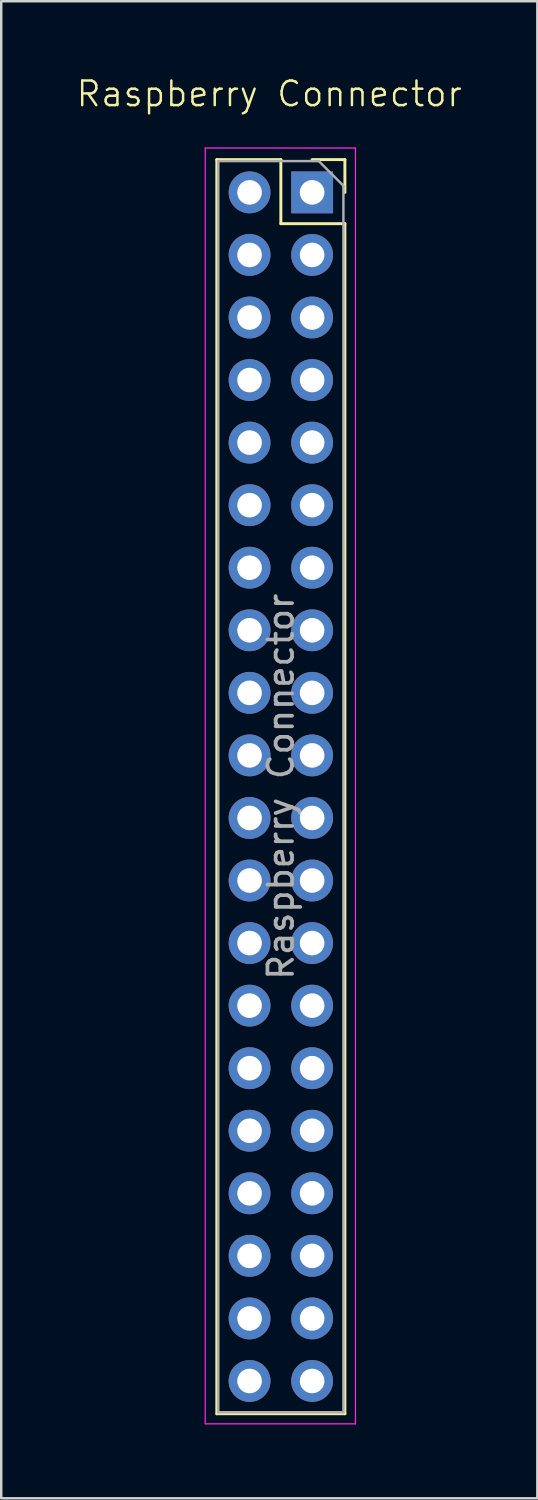
<source format=kicad_pcb>
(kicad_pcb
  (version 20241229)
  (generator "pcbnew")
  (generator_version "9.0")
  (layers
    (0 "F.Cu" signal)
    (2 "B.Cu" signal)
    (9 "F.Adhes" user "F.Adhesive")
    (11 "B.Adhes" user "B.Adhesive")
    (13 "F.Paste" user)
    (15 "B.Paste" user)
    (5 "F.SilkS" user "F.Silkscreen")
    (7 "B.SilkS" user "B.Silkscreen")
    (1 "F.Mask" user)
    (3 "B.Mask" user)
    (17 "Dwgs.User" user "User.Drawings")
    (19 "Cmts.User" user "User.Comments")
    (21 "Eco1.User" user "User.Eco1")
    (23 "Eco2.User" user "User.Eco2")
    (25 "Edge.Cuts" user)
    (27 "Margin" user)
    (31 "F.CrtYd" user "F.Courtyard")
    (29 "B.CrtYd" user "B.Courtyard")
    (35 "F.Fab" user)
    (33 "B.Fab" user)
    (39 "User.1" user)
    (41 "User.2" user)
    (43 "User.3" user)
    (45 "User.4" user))
  (footprint "Raspberry Connector"
    (layer "F.Cu")
    (at 8.383 29.261)
    (property "Reference" "Raspberry Connector" (at -0.5 -28.5 0) (unlocked yes) (layer "F.SilkS") (effects (font (size 1 1) (thickness 0.1))))
    (attr through_hole)
    (fp_line (start -2.63 -25.83) (end -2.63 25.09) (stroke (width 0.12) (type solid)) (layer "F.SilkS"))
    (fp_line (start -2.63 -25.83) (end -0.03 -25.83) (stroke (width 0.12) (type solid)) (layer "F.SilkS"))
    (fp_line (start -2.63 25.09) (end 2.57 25.09) (stroke (width 0.12) (type solid)) (layer "F.SilkS"))
    (fp_line (start -0.03 -25.83) (end -0.03 -23.23) (stroke (width 0.12) (type solid)) (layer "F.SilkS"))
    (fp_line (start -0.03 -23.23) (end 2.57 -23.23) (stroke (width 0.12) (type solid)) (layer "F.SilkS"))
    (fp_line (start 1.24 -25.83) (end 2.57 -25.83) (stroke (width 0.12) (type solid)) (layer "F.SilkS"))
    (fp_line (start 2.57 -25.83) (end 2.57 -24.5) (stroke (width 0.12) (type solid)) (layer "F.SilkS"))
    (fp_line (start 2.57 -23.23) (end 2.57 25.09) (stroke (width 0.12) (type solid)) (layer "F.SilkS"))
    (fp_line (start -3.1 -26.3) (end 3 -26.3) (stroke (width 0.05) (type solid)) (layer "F.CrtYd"))
    (fp_line (start -3.1 25.5) (end -3.1 -26.3) (stroke (width 0.05) (type solid)) (layer "F.CrtYd"))
    (fp_line (start 3 -26.3) (end 3 25.5) (stroke (width 0.05) (type solid)) (layer "F.CrtYd"))
    (fp_line (start 3 25.5) (end -3.1 25.5) (stroke (width 0.05) (type solid)) (layer "F.CrtYd"))
    (fp_line (start -2.57 -25.77) (end 1.51 -25.77) (stroke (width 0.1) (type solid)) (layer "F.Fab"))
    (fp_line (start -2.57 25.03) (end -2.57 -25.77) (stroke (width 0.1) (type solid)) (layer "F.Fab"))
    (fp_line (start 1.51 -25.77) (end 2.51 -24.77) (stroke (width 0.1) (type solid)) (layer "F.Fab"))
    (fp_line (start 2.51 -24.77) (end 2.51 25.03) (stroke (width 0.1) (type solid)) (layer "F.Fab"))
    (fp_line (start 2.51 25.03) (end -2.57 25.03) (stroke (width 0.1) (type solid)) (layer "F.Fab"))
    (fp_text user "${REFERENCE}" (at -0.03 -0.37 90) (layer "F.Fab") (effects (font (size 1 1) (thickness 0.15))))
    (pad "1" thru_hole rect (at 1.24 -24.5) (size 1.7 1.7) (drill 1) (layers "*.Cu" "*.Mask"))
    (pad "2" thru_hole oval (at -1.3 -24.5) (size 1.7 1.7) (drill 1) (layers "*.Cu" "*.Mask"))
    (pad "3" thru_hole oval (at 1.24 -21.96) (size 1.7 1.7) (drill 1) (layers "*.Cu" "*.Mask"))
    (pad "4" thru_hole oval (at -1.3 -21.96) (size 1.7 1.7) (drill 1) (layers "*.Cu" "*.Mask"))
    (pad "5" thru_hole oval (at 1.24 -19.42) (size 1.7 1.7) (drill 1) (layers "*.Cu" "*.Mask"))
    (pad "6" thru_hole oval (at -1.3 -19.42) (size 1.7 1.7) (drill 1) (layers "*.Cu" "*.Mask"))
    (pad "7" thru_hole oval (at 1.24 -16.88) (size 1.7 1.7) (drill 1) (layers "*.Cu" "*.Mask"))
    (pad "8" thru_hole oval (at -1.3 -16.88) (size 1.7 1.7) (drill 1) (layers "*.Cu" "*.Mask"))
    (pad "9" thru_hole oval (at 1.24 -14.34) (size 1.7 1.7) (drill 1) (layers "*.Cu" "*.Mask"))
    (pad "10" thru_hole oval (at -1.3 -14.34) (size 1.7 1.7) (drill 1) (layers "*.Cu" "*.Mask"))
    (pad "11" thru_hole oval (at 1.24 -11.8) (size 1.7 1.7) (drill 1) (layers "*.Cu" "*.Mask"))
    (pad "12" thru_hole oval (at -1.3 -11.8) (size 1.7 1.7) (drill 1) (layers "*.Cu" "*.Mask"))
    (pad "13" thru_hole oval (at 1.24 -9.26) (size 1.7 1.7) (drill 1) (layers "*.Cu" "*.Mask"))
    (pad "14" thru_hole oval (at -1.3 -9.26) (size 1.7 1.7) (drill 1) (layers "*.Cu" "*.Mask"))
    (pad "15" thru_hole oval (at 1.24 -6.72) (size 1.7 1.7) (drill 1) (layers "*.Cu" "*.Mask"))
    (pad "16" thru_hole oval (at -1.3 -6.72) (size 1.7 1.7) (drill 1) (layers "*.Cu" "*.Mask"))
    (pad "17" thru_hole oval (at 1.24 -4.18) (size 1.7 1.7) (drill 1) (layers "*.Cu" "*.Mask"))
    (pad "18" thru_hole oval (at -1.3 -4.18) (size 1.7 1.7) (drill 1) (layers "*.Cu" "*.Mask"))
    (pad "19" thru_hole oval (at 1.24 -1.64) (size 1.7 1.7) (drill 1) (layers "*.Cu" "*.Mask"))
    (pad "20" thru_hole oval (at -1.3 -1.64) (size 1.7 1.7) (drill 1) (layers "*.Cu" "*.Mask"))
    (pad "21" thru_hole oval (at 1.24 0.9) (size 1.7 1.7) (drill 1) (layers "*.Cu" "*.Mask"))
    (pad "22" thru_hole oval (at -1.3 0.9) (size 1.7 1.7) (drill 1) (layers "*.Cu" "*.Mask"))
    (pad "23" thru_hole oval (at 1.24 3.44) (size 1.7 1.7) (drill 1) (layers "*.Cu" "*.Mask"))
    (pad "24" thru_hole oval (at -1.3 3.44) (size 1.7 1.7) (drill 1) (layers "*.Cu" "*.Mask"))
    (pad "25" thru_hole oval (at 1.24 5.98) (size 1.7 1.7) (drill 1) (layers "*.Cu" "*.Mask"))
    (pad "26" thru_hole oval (at -1.3 5.98) (size 1.7 1.7) (drill 1) (layers "*.Cu" "*.Mask"))
    (pad "27" thru_hole oval (at 1.24 8.52) (size 1.7 1.7) (drill 1) (layers "*.Cu" "*.Mask"))
    (pad "28" thru_hole oval (at -1.3 8.52) (size 1.7 1.7) (drill 1) (layers "*.Cu" "*.Mask"))
    (pad "29" thru_hole oval (at 1.24 11.06) (size 1.7 1.7) (drill 1) (layers "*.Cu" "*.Mask"))
    (pad "30" thru_hole oval (at -1.3 11.06) (size 1.7 1.7) (drill 1) (layers "*.Cu" "*.Mask"))
    (pad "31" thru_hole oval (at 1.24 13.6) (size 1.7 1.7) (drill 1) (layers "*.Cu" "*.Mask"))
    (pad "32" thru_hole oval (at -1.3 13.6) (size 1.7 1.7) (drill 1) (layers "*.Cu" "*.Mask"))
    (pad "33" thru_hole oval (at 1.24 16.14) (size 1.7 1.7) (drill 1) (layers "*.Cu" "*.Mask"))
    (pad "34" thru_hole oval (at -1.3 16.14) (size 1.7 1.7) (drill 1) (layers "*.Cu" "*.Mask"))
    (pad "35" thru_hole oval (at 1.24 18.68) (size 1.7 1.7) (drill 1) (layers "*.Cu" "*.Mask"))
    (pad "36" thru_hole oval (at -1.3 18.68) (size 1.7 1.7) (drill 1) (layers "*.Cu" "*.Mask"))
    (pad "37" thru_hole oval (at 1.24 21.22) (size 1.7 1.7) (drill 1) (layers "*.Cu" "*.Mask"))
    (pad "38" thru_hole oval (at -1.3 21.22) (size 1.7 1.7) (drill 1) (layers "*.Cu" "*.Mask"))
    (pad "39" thru_hole oval (at 1.24 23.76) (size 1.7 1.7) (drill 1) (layers "*.Cu" "*.Mask"))
    (pad "40" thru_hole oval (at -1.3 23.76) (size 1.7 1.7) (drill 1) (layers "*.Cu" "*.Mask")))
  (gr_rect
    (start -3 -3)
    (end 18.767 57.785)
    (stroke (width 0.1) (type default))
    (fill no)
    (layer "Edge.Cuts")))
</source>
